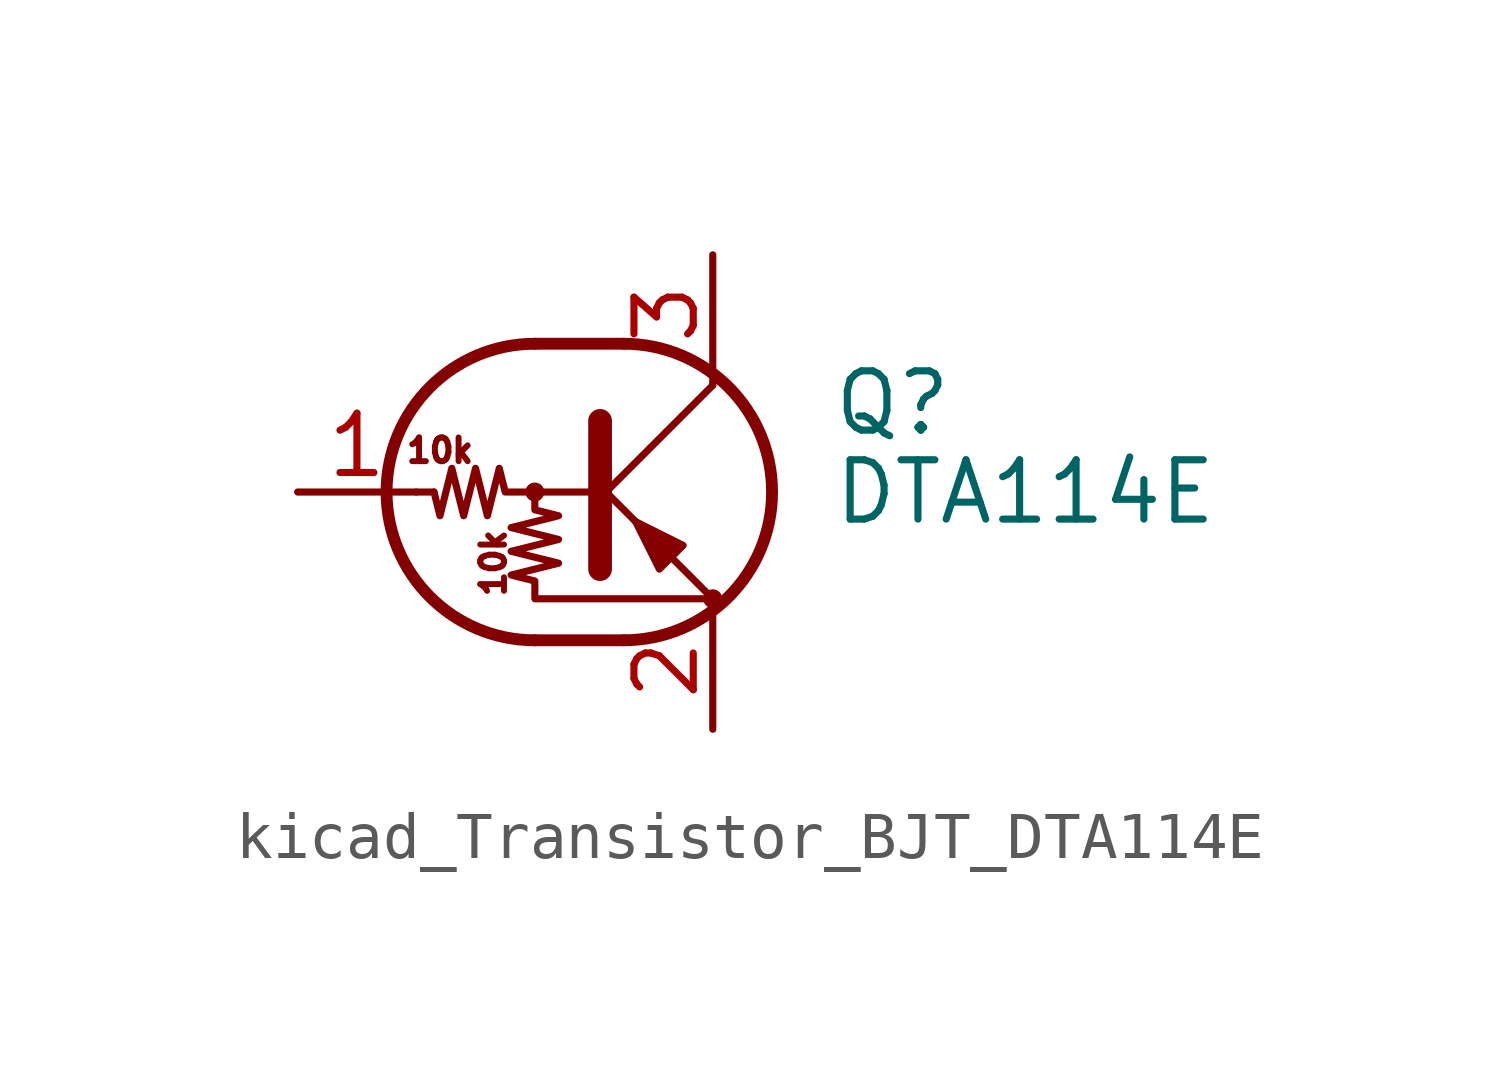
<source format=kicad_sym>
(kicad_symbol_lib
  (version 20220914)
  (generator kicad_symbol_editor)
  (symbol "kicad_Transistor_BJT_DTA114E"
    (pin_names
      (offset 0) hide)
    (property "Reference" "Q"
      (at 5.08 1.905 0)
      (effects (font (size 1.27 1.27)) (justify left)))
    (property "Value" "DTA114E"
      (at 5.08 0 0)
      (effects (font (size 1.27 1.27)) (justify left)))
    (symbol "kicad_Transistor_BJT_DTA114E_0_0"
      (text "10k" (at -3.302 0.889 0) (effects (font (size 0.508 0.508))))
      (text "10k" (at -2.159 -1.524 900) (effects (font (size 0.508 0.508)))))
    (symbol "kicad_Transistor_BJT_DTA114E_0_1"
      (circle (center -1.27 0) (radius 0.127) (stroke (width 0) (type default)) (fill (type none)))
      (arc (start -1.27 3.175) (mid -4.4312 0) (end -1.27 -3.175) (stroke (width 0.254) (type default)) (fill (type none)))
      (polyline (pts (xy -3.429 0) (xy -3.81 0)) (stroke (width 0) (type default)) (fill (type none)))
      (polyline (pts (xy -1.27 -3.175) (xy 0.635 -3.175)) (stroke (width 0.254) (type default)) (fill (type none)))
      (polyline (pts (xy -1.27 3.175) (xy 0.635 3.175)) (stroke (width 0.254) (type default)) (fill (type none)))
      (polyline (pts (xy 0 -0.254) (xy 2.54 2.286)) (stroke (width 0) (type default)) (fill (type none)))
      (polyline (pts (xy 0.127 1.524) (xy 0.127 -1.651)) (stroke (width 0.508) (type default)) (fill (type outline)))
      (polyline (pts (xy 2.54 2.286) (xy 2.54 2.54)) (stroke (width 0) (type default)) (fill (type none)))
      (polyline (pts (xy 2.54 -2.286) (xy 0 0.254) (xy 0 0.254)) (stroke (width 0) (type default)) (fill (type none)))
      (polyline (pts (xy 1.397 -1.651) (xy 1.905 -1.143) (xy 0.889 -0.635) (xy 1.397 -1.651)) (stroke (width 0) (type default)) (fill (type outline)))
      (polyline (pts (xy 0 0) (xy -1.905 0) (xy -2.032 0.508) (xy -2.286 -0.508) (xy -2.54 0.508) (xy -2.794 -0.508) (xy -3.048 0.508) (xy -3.302 -0.508) (xy -3.429 0)) (stroke (width 0) (type default)) (fill (type none)))
      (polyline (pts (xy -1.27 0) (xy -1.27 -0.381) (xy -0.762 -0.508) (xy -1.778 -0.762) (xy -0.762 -1.016) (xy -1.778 -1.27) (xy -0.762 -1.524) (xy -1.778 -1.778) (xy -1.27 -1.905) (xy -1.27 -2.286) (xy 2.54 -2.286)) (stroke (width 0) (type default)) (fill (type none)))
      (arc (start 0.635 -3.175) (mid 3.7962 0) (end 0.635 3.175) (stroke (width 0.254) (type default)) (fill (type none)))
      (circle (center 2.54 -2.286) (radius 0.127) (stroke (width 0) (type default)) (fill (type none))))
    (symbol "kicad_Transistor_BJT_DTA114E_1_1"
      (pin input line (at -6.35 0 0) (length 2.54) (name "B" (effects (font (size 1.27 1.27)))) (number "1" (effects (font (size 1.27 1.27)))))
      (pin passive line (at 2.54 -5.08 90) (length 2.54) (name "E" (effects (font (size 1.27 1.27)))) (number "2" (effects (font (size 1.27 1.27)))))
      (pin passive line (at 2.54 5.08 270) (length 2.54) (name "C" (effects (font (size 1.27 1.27)))) (number "3" (effects (font (size 1.27 1.27))))))))
</source>
